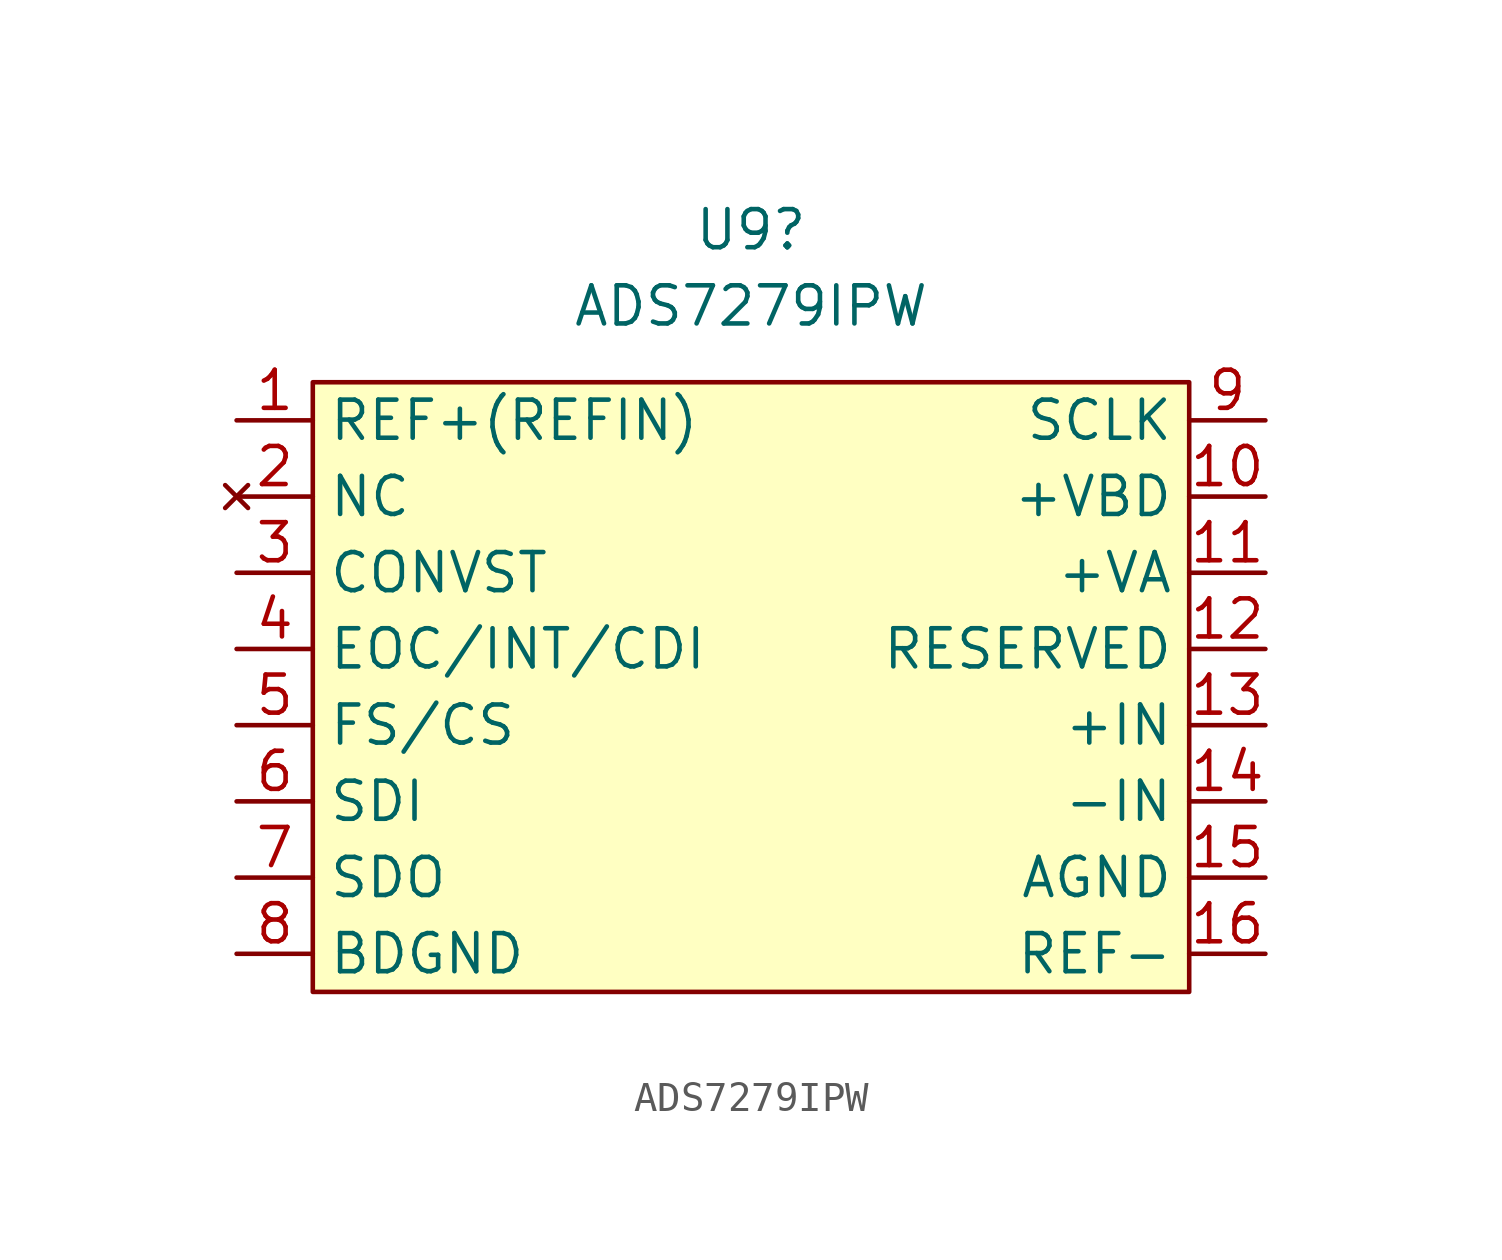
<source format=kicad_sym>
(kicad_symbol_lib
  (version 20231120)
  (generator "kicad_symbol_editor")
  (generator_version "8.0")
  (symbol "ADS7279IPW"
    (property "Reference" "U9"
      (at -0.635 12.7 0)
      (effects (font (size 1.27 1.27))))
    (property "Value" "ADS7279IPW"
      (at -0.635 10.16 0)
      (effects (font (size 1.27 1.27))))
    (symbol "ADS7279IPW_1_1"
      (rectangle (start -15.24 7.62) (end 13.97 -12.7) (stroke (width 0) (type default)) (fill (type background)))
      (pin input line (at -17.78 6.35 0) (length 2.54) (name "REF+(REFIN)" (effects (font (size 1.27 1.27)))) (number "1" (effects (font (size 1.27 1.27)))))
      (pin power_in line (at 16.51 3.81 180) (length 2.54) (name "+VBD" (effects (font (size 1.27 1.27)))) (number "10" (effects (font (size 1.27 1.27)))))
      (pin power_in line (at 16.51 1.27 180) (length 2.54) (name "+VA" (effects (font (size 1.27 1.27)))) (number "11" (effects (font (size 1.27 1.27)))))
      (pin input line (at 16.51 -1.27 180) (length 2.54) (name "RESERVED" (effects (font (size 1.27 1.27)))) (number "12" (effects (font (size 1.27 1.27)))))
      (pin input line (at 16.51 -3.81 180) (length 2.54) (name "+IN" (effects (font (size 1.27 1.27)))) (number "13" (effects (font (size 1.27 1.27)))))
      (pin input line (at 16.51 -6.35 180) (length 2.54) (name "-IN" (effects (font (size 1.27 1.27)))) (number "14" (effects (font (size 1.27 1.27)))))
      (pin power_in line (at 16.51 -8.89 180) (length 2.54) (name "AGND" (effects (font (size 1.27 1.27)))) (number "15" (effects (font (size 1.27 1.27)))))
      (pin power_in line (at 16.51 -11.43 180) (length 2.54) (name "REF-" (effects (font (size 1.27 1.27)))) (number "16" (effects (font (size 1.27 1.27)))))
      (pin no_connect line (at -17.78 3.81 0) (length 2.54) (name "NC" (effects (font (size 1.27 1.27)))) (number "2" (effects (font (size 1.27 1.27)))))
      (pin input line (at -17.78 1.27 0) (length 2.54) (name "CONVST" (effects (font (size 1.27 1.27)))) (number "3" (effects (font (size 1.27 1.27)))))
      (pin bidirectional line (at -17.78 -1.27 0) (length 2.54) (name "EOC/INT/CDI" (effects (font (size 1.27 1.27)))) (number "4" (effects (font (size 1.27 1.27)))))
      (pin input line (at -17.78 -3.81 0) (length 2.54) (name "FS/CS" (effects (font (size 1.27 1.27)))) (number "5" (effects (font (size 1.27 1.27)))))
      (pin input line (at -17.78 -6.35 0) (length 2.54) (name "SDI" (effects (font (size 1.27 1.27)))) (number "6" (effects (font (size 1.27 1.27)))))
      (pin output line (at -17.78 -8.89 0) (length 2.54) (name "SDO" (effects (font (size 1.27 1.27)))) (number "7" (effects (font (size 1.27 1.27)))))
      (pin power_in line (at -17.78 -11.43 0) (length 2.54) (name "BDGND" (effects (font (size 1.27 1.27)))) (number "8" (effects (font (size 1.27 1.27)))))
      (pin input line (at 16.51 6.35 180) (length 2.54) (name "SCLK" (effects (font (size 1.27 1.27)))) (number "9" (effects (font (size 1.27 1.27))))))))
</source>
